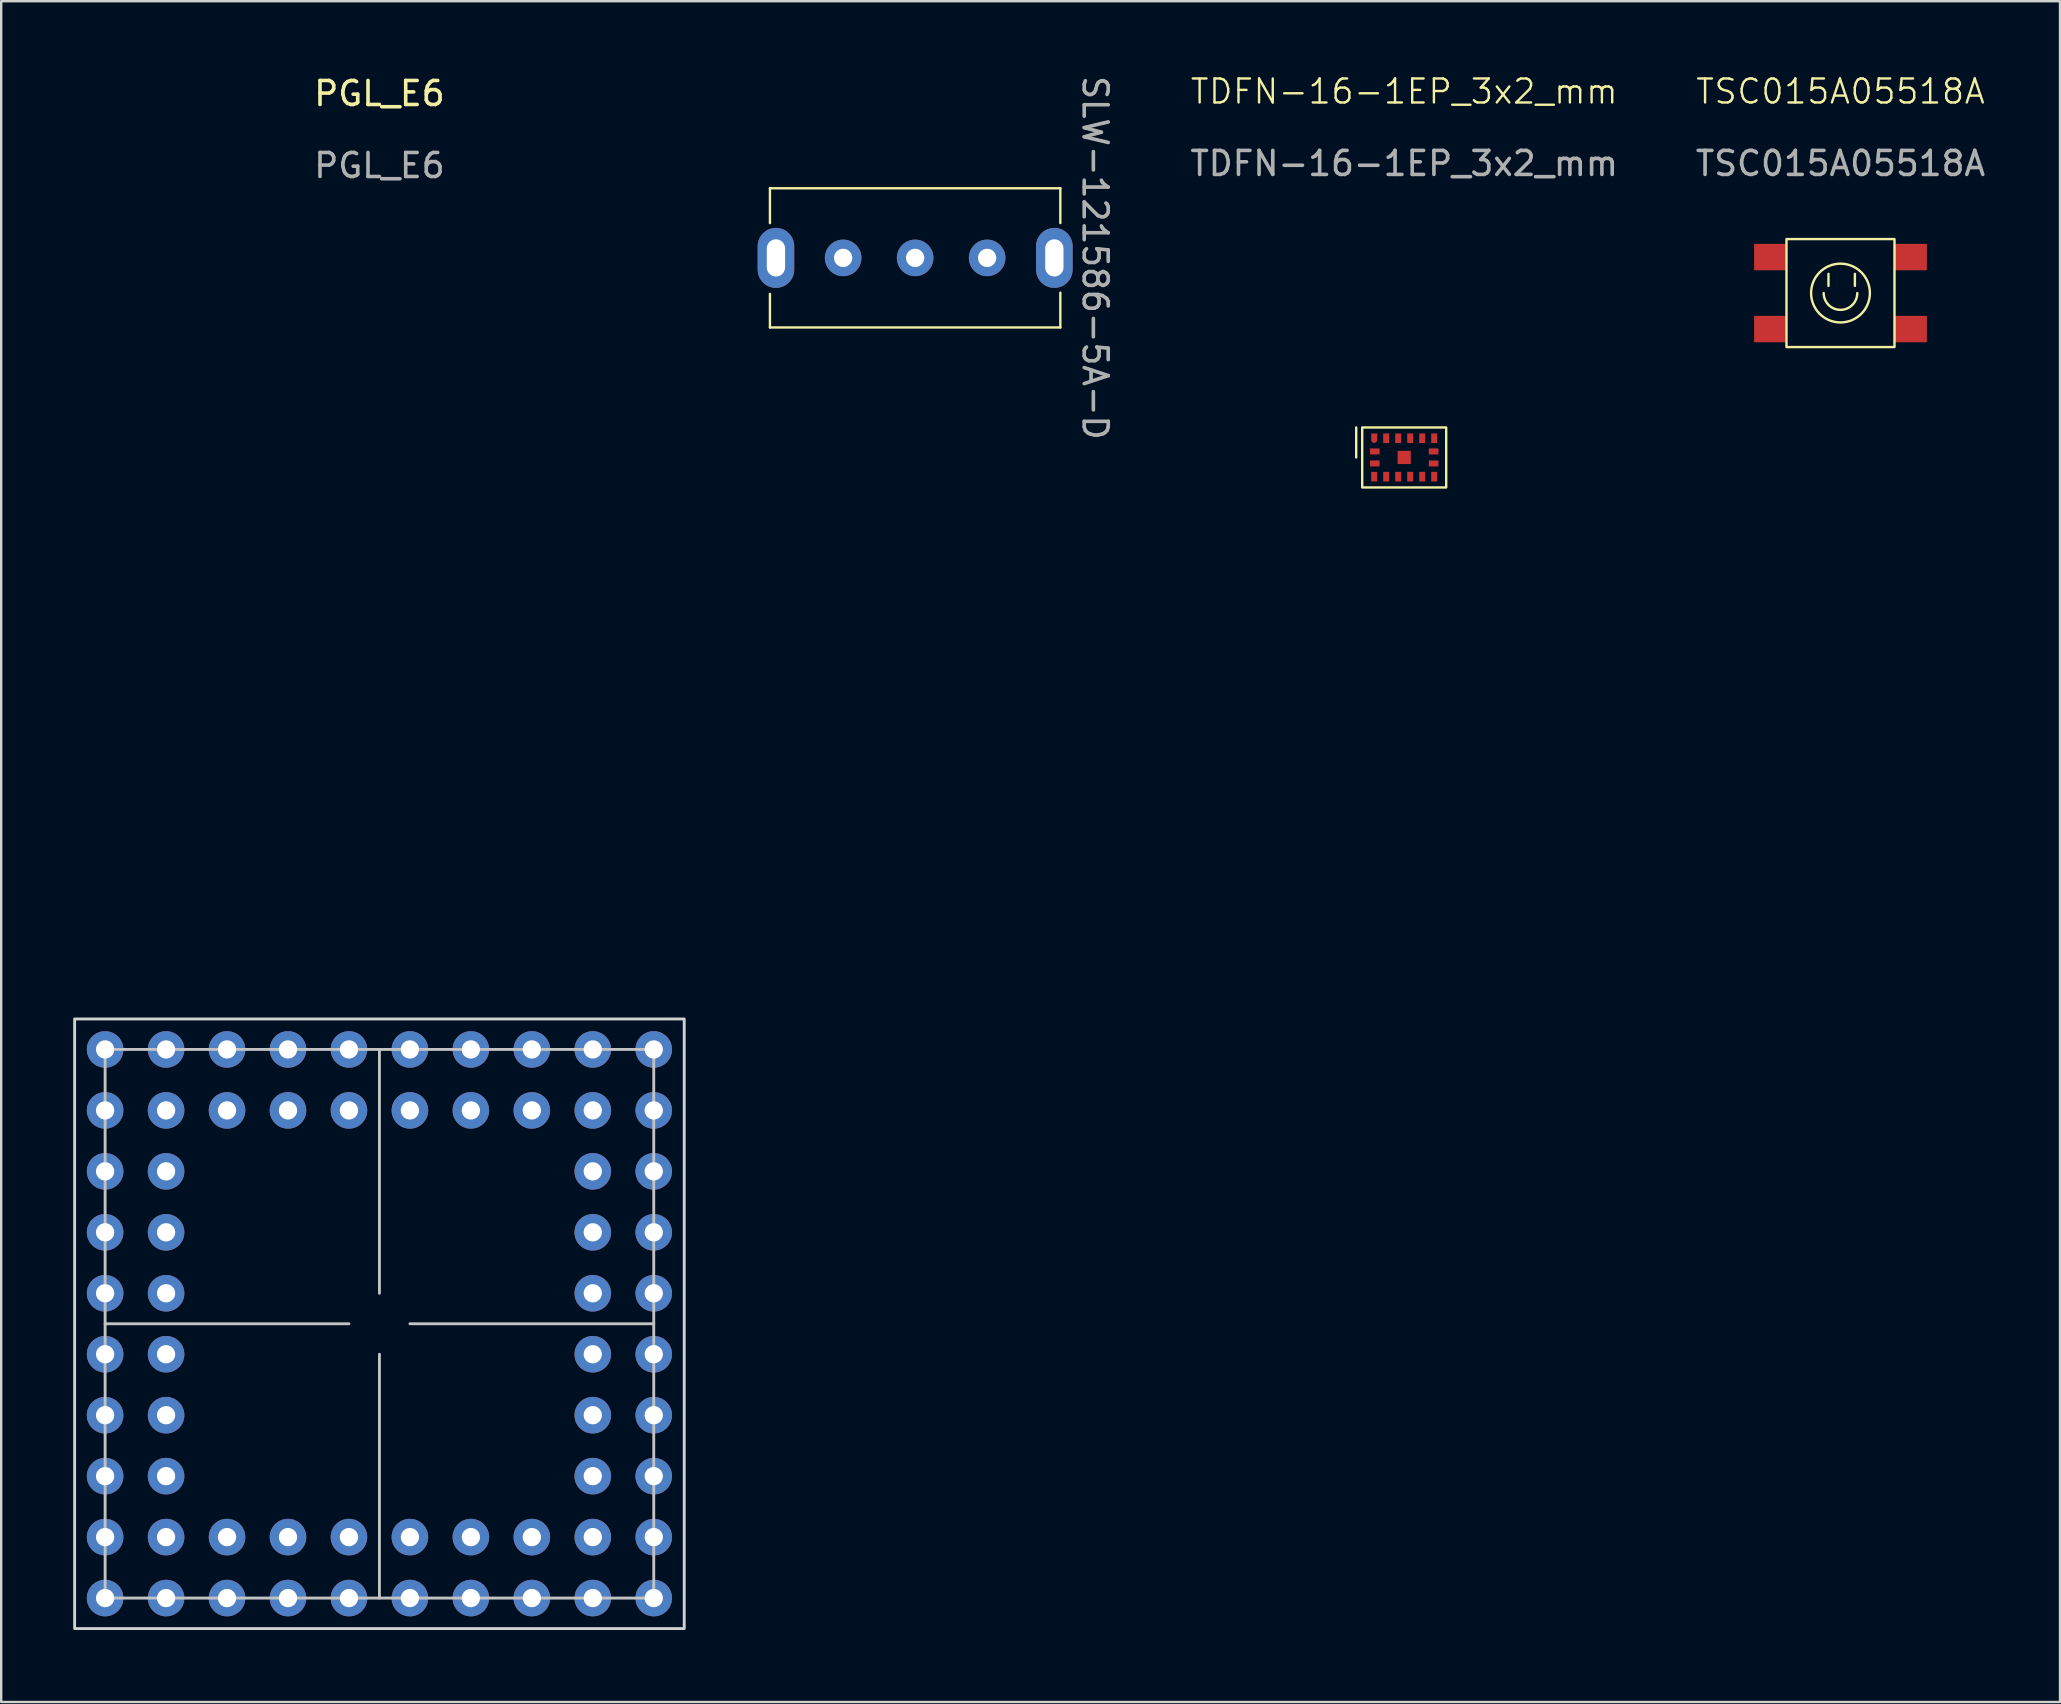
<source format=kicad_pcb>
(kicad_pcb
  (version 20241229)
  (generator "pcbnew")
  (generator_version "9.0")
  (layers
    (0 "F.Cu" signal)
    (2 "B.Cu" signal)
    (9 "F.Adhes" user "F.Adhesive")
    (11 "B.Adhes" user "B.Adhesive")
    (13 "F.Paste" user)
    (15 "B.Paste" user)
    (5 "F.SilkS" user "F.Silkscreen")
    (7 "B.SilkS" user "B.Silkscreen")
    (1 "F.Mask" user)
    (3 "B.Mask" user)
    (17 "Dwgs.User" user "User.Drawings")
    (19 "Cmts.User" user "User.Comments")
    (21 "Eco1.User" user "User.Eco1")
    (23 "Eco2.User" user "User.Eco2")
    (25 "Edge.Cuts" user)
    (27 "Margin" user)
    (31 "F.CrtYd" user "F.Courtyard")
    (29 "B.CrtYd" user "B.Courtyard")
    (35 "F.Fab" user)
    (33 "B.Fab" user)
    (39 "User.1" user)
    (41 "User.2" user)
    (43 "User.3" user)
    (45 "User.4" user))
  (footprint "PGL_E6"
    (layer "F.Cu")
    (at 12.76 52.108)
    (property "Reference" "PGL_E6" (at 0 -51.26 0) (unlocked yes) (layer "F.SilkS") (effects (font (size 1 1) (thickness 0.15))))
    (attr through_hole)
    (fp_line (start -1.27 0) (end -11.43 0) (stroke (width 0.12) (type default)) (layer "Dwgs.User"))
    (fp_line (start 0 -11.43) (end 0 -1.27) (stroke (width 0.12) (type default)) (layer "Dwgs.User"))
    (fp_line (start 0 1.27) (end 0 11.43) (stroke (width 0.12) (type default)) (layer "Dwgs.User"))
    (fp_line (start 1.27 0) (end 11.43 0) (stroke (width 0.12) (type default)) (layer "Dwgs.User"))
    (fp_rect (start -11.43 -11.43) (end 11.43 11.43) (stroke (width 0.12) (type default)) (fill no) (layer "Dwgs.User"))
    (fp_rect (start -12.7 -12.7) (end 12.7 12.7) (stroke (width 0.12) (type default)) (fill no) (layer "Edge.Cuts"))
    (fp_text user "${REFERENCE}" (at 0 -48.26 0) (unlocked yes) (layer "F.Fab") (effects (font (size 1 1) (thickness 0.15))))
    (pad "1A" thru_hole circle (at -11.43 -11.43) (size 1.524 1.524) (drill 0.762) (layers "*.Cu" "*.Mask"))
    (pad "1B" thru_hole circle (at -11.43 -8.89) (size 1.524 1.524) (drill 0.762) (layers "*.Cu" "*.Mask"))
    (pad "1C" thru_hole circle (at -11.43 -6.35) (size 1.524 1.524) (drill 0.762) (layers "*.Cu" "*.Mask"))
    (pad "1D" thru_hole circle (at -11.43 -3.81) (size 1.524 1.524) (drill 0.762) (layers "*.Cu" "*.Mask"))
    (pad "1E" thru_hole circle (at -11.43 -1.27) (size 1.524 1.524) (drill 0.762) (layers "*.Cu" "*.Mask"))
    (pad "1F" thru_hole circle (at -11.43 1.27) (size 1.524 1.524) (drill 0.762) (layers "*.Cu" "*.Mask"))
    (pad "1G" thru_hole circle (at -11.43 3.81) (size 1.524 1.524) (drill 0.762) (layers "*.Cu" "*.Mask"))
    (pad "1H" thru_hole circle (at -11.43 6.35) (size 1.524 1.524) (drill 0.762) (layers "*.Cu" "*.Mask"))
    (pad "1I" thru_hole circle (at -11.43 8.89) (size 1.524 1.524) (drill 0.762) (layers "*.Cu" "*.Mask"))
    (pad "1J" thru_hole circle (at -11.43 11.43) (size 1.524 1.524) (drill 0.762) (layers "*.Cu" "*.Mask"))
    (pad "2A" thru_hole circle (at -8.89 -11.43) (size 1.524 1.524) (drill 0.762) (layers "*.Cu" "*.Mask"))
    (pad "2B" thru_hole circle (at -8.89 -8.89) (size 1.524 1.524) (drill 0.762) (layers "*.Cu" "*.Mask"))
    (pad "2C" thru_hole circle (at -8.89 -6.35) (size 1.524 1.524) (drill 0.762) (layers "*.Cu" "*.Mask"))
    (pad "2D" thru_hole circle (at -8.89 -3.81) (size 1.524 1.524) (drill 0.762) (layers "*.Cu" "*.Mask"))
    (pad "2E" thru_hole circle (at -8.89 -1.27) (size 1.524 1.524) (drill 0.762) (layers "*.Cu" "*.Mask"))
    (pad "2F" thru_hole circle (at -8.89 1.27) (size 1.524 1.524) (drill 0.762) (layers "*.Cu" "*.Mask"))
    (pad "2G" thru_hole circle (at -8.89 3.81) (size 1.524 1.524) (drill 0.762) (layers "*.Cu" "*.Mask"))
    (pad "2H" thru_hole circle (at -8.89 6.35) (size 1.524 1.524) (drill 0.762) (layers "*.Cu" "*.Mask"))
    (pad "2I" thru_hole circle (at -8.89 8.89) (size 1.524 1.524) (drill 0.762) (layers "*.Cu" "*.Mask"))
    (pad "2J" thru_hole circle (at -8.89 11.43) (size 1.524 1.524) (drill 0.762) (layers "*.Cu" "*.Mask"))
    (pad "3A" thru_hole circle (at -6.35 -11.43) (size 1.524 1.524) (drill 0.762) (layers "*.Cu" "*.Mask"))
    (pad "3B" thru_hole circle (at -6.35 -8.89) (size 1.524 1.524) (drill 0.762) (layers "*.Cu" "*.Mask"))
    (pad "3I" thru_hole circle (at -6.35 8.89) (size 1.524 1.524) (drill 0.762) (layers "*.Cu" "*.Mask"))
    (pad "3J" thru_hole circle (at -6.35 11.43) (size 1.524 1.524) (drill 0.762) (layers "*.Cu" "*.Mask"))
    (pad "4A" thru_hole circle (at -3.81 -11.43) (size 1.524 1.524) (drill 0.762) (layers "*.Cu" "*.Mask"))
    (pad "4B" thru_hole circle (at -3.81 -8.89) (size 1.524 1.524) (drill 0.762) (layers "*.Cu" "*.Mask"))
    (pad "4I" thru_hole circle (at -3.81 8.89) (size 1.524 1.524) (drill 0.762) (layers "*.Cu" "*.Mask"))
    (pad "4J" thru_hole circle (at -3.81 11.43) (size 1.524 1.524) (drill 0.762) (layers "*.Cu" "*.Mask"))
    (pad "5A" thru_hole circle (at -1.27 -11.43) (size 1.524 1.524) (drill 0.762) (layers "*.Cu" "*.Mask"))
    (pad "5B" thru_hole circle (at -1.27 -8.89) (size 1.524 1.524) (drill 0.762) (layers "*.Cu" "*.Mask"))
    (pad "5I" thru_hole circle (at -1.27 8.89) (size 1.524 1.524) (drill 0.762) (layers "*.Cu" "*.Mask"))
    (pad "5J" thru_hole circle (at -1.27 11.43) (size 1.524 1.524) (drill 0.762) (layers "*.Cu" "*.Mask"))
    (pad "6A" thru_hole circle (at 1.27 -11.43) (size 1.524 1.524) (drill 0.762) (layers "*.Cu" "*.Mask"))
    (pad "6B" thru_hole circle (at 1.27 -8.89) (size 1.524 1.524) (drill 0.762) (layers "*.Cu" "*.Mask"))
    (pad "6I" thru_hole circle (at 1.27 8.89) (size 1.524 1.524) (drill 0.762) (layers "*.Cu" "*.Mask"))
    (pad "6J" thru_hole circle (at 1.27 11.43) (size 1.524 1.524) (drill 0.762) (layers "*.Cu" "*.Mask"))
    (pad "7A" thru_hole circle (at 3.81 -11.43) (size 1.524 1.524) (drill 0.762) (layers "*.Cu" "*.Mask"))
    (pad "7B" thru_hole circle (at 3.81 -8.89) (size 1.524 1.524) (drill 0.762) (layers "*.Cu" "*.Mask"))
    (pad "7I" thru_hole circle (at 3.81 8.89) (size 1.524 1.524) (drill 0.762) (layers "*.Cu" "*.Mask"))
    (pad "7J" thru_hole circle (at 3.81 11.43) (size 1.524 1.524) (drill 0.762) (layers "*.Cu" "*.Mask"))
    (pad "8A" thru_hole circle (at 6.35 -11.43) (size 1.524 1.524) (drill 0.762) (layers "*.Cu" "*.Mask"))
    (pad "8B" thru_hole circle (at 6.35 -8.89) (size 1.524 1.524) (drill 0.762) (layers "*.Cu" "*.Mask"))
    (pad "8I" thru_hole circle (at 6.35 8.89) (size 1.524 1.524) (drill 0.762) (layers "*.Cu" "*.Mask"))
    (pad "8J" thru_hole circle (at 6.35 11.43) (size 1.524 1.524) (drill 0.762) (layers "*.Cu" "*.Mask"))
    (pad "9A" thru_hole circle (at 8.89 -11.43) (size 1.524 1.524) (drill 0.762) (layers "*.Cu" "*.Mask"))
    (pad "9B" thru_hole circle (at 8.89 -8.89) (size 1.524 1.524) (drill 0.762) (layers "*.Cu" "*.Mask"))
    (pad "9C" thru_hole circle (at 8.89 -6.35) (size 1.524 1.524) (drill 0.762) (layers "*.Cu" "*.Mask"))
    (pad "9D" thru_hole circle (at 8.89 -3.81) (size 1.524 1.524) (drill 0.762) (layers "*.Cu" "*.Mask"))
    (pad "9E" thru_hole circle (at 8.89 -1.27) (size 1.524 1.524) (drill 0.762) (layers "*.Cu" "*.Mask"))
    (pad "9F" thru_hole circle (at 8.89 1.27) (size 1.524 1.524) (drill 0.762) (layers "*.Cu" "*.Mask"))
    (pad "9G" thru_hole circle (at 8.89 3.81) (size 1.524 1.524) (drill 0.762) (layers "*.Cu" "*.Mask"))
    (pad "9H" thru_hole circle (at 8.89 6.35) (size 1.524 1.524) (drill 0.762) (layers "*.Cu" "*.Mask"))
    (pad "9I" thru_hole circle (at 8.89 8.89) (size 1.524 1.524) (drill 0.762) (layers "*.Cu" "*.Mask"))
    (pad "9J" thru_hole circle (at 8.89 11.43) (size 1.524 1.524) (drill 0.762) (layers "*.Cu" "*.Mask"))
    (pad "10A" thru_hole circle (at 11.43 -11.43) (size 1.524 1.524) (drill 0.762) (layers "*.Cu" "*.Mask"))
    (pad "10B" thru_hole circle (at 11.43 -8.89) (size 1.524 1.524) (drill 0.762) (layers "*.Cu" "*.Mask"))
    (pad "10C" thru_hole circle (at 11.43 -6.35) (size 1.524 1.524) (drill 0.762) (layers "*.Cu" "*.Mask"))
    (pad "10D" thru_hole circle (at 11.43 -3.81) (size 1.524 1.524) (drill 0.762) (layers "*.Cu" "*.Mask"))
    (pad "10E" thru_hole circle (at 11.43 -1.27) (size 1.524 1.524) (drill 0.762) (layers "*.Cu" "*.Mask"))
    (pad "10F" thru_hole circle (at 11.43 1.27) (size 1.524 1.524) (drill 0.762) (layers "*.Cu" "*.Mask"))
    (pad "10G" thru_hole circle (at 11.43 3.81) (size 1.524 1.524) (drill 0.762) (layers "*.Cu" "*.Mask"))
    (pad "10H" thru_hole circle (at 11.43 6.35) (size 1.524 1.524) (drill 0.762) (layers "*.Cu" "*.Mask"))
    (pad "10I" thru_hole circle (at 11.43 8.89) (size 1.524 1.524) (drill 0.762) (layers "*.Cu" "*.Mask"))
    (pad "10J" thru_hole circle (at 11.43 11.43) (size 1.524 1.524) (drill 0.762) (layers "*.Cu" "*.Mask")))
  (footprint "TDFN-16-1EP_3x2_mm"
    (layer "F.Cu")
    (at 55.46 16.011)
    (property "Reference" "TDFN-16-1EP_3x2_mm" (at 0 -15.25 0) (unlocked yes) (layer "F.SilkS") (effects (font (size 1 1) (thickness 0.1))))
    (attr smd)
    (fp_rect (start -2 -1.25) (end -2 0) (stroke (width 0.1) (type default)) (fill no) (layer "F.SilkS"))
    (fp_rect (start -1.75 -1.25) (end 1.75 1.25) (stroke (width 0.1) (type default)) (fill no) (layer "F.SilkS"))
    (fp_text user "${REFERENCE}" (at 0 -12.25 0) (unlocked yes) (layer "F.Fab") (effects (font (size 1 1) (thickness 0.15))))
    (pad "1" smd custom (at -1.25 -0.865) (size 0.25 0.27) (layers "F.Cu" "F.Mask" "F.Paste") (options (anchor rect)) (primitives (gr_circle (center 0 0.135) (end 0.076 0.135) (width 0.1) (fill yes))))
    (pad "2" smd rect (at -0.75 -0.8) (size 0.25 0.4) (layers "F.Cu" "F.Mask" "F.Paste"))
    (pad "3" smd rect (at -0.25 -0.8) (size 0.25 0.4) (layers "F.Cu" "F.Mask" "F.Paste"))
    (pad "4" smd rect (at 0.25 -0.8) (size 0.25 0.4) (layers "F.Cu" "F.Mask" "F.Paste"))
    (pad "5" smd rect (at 0.75 -0.8) (size 0.25 0.4) (layers "F.Cu" "F.Mask" "F.Paste"))
    (pad "6" smd rect (at 1.25 -0.8) (size 0.25 0.4) (layers "F.Cu" "F.Mask" "F.Paste"))
    (pad "7" smd rect (at 1.225 -0.25 90) (size 0.25 0.4) (layers "F.Cu" "F.Mask" "F.Paste"))
    (pad "8" smd rect (at 1.225 0.25 90) (size 0.25 0.4) (layers "F.Cu" "F.Mask" "F.Paste"))
    (pad "9" smd rect (at 1.25 0.8) (size 0.25 0.4) (layers "F.Cu" "F.Mask" "F.Paste"))
    (pad "10" smd rect (at 0.75 0.8) (size 0.25 0.4) (layers "F.Cu" "F.Mask" "F.Paste"))
    (pad "11" smd rect (at 0.25 0.8) (size 0.25 0.4) (layers "F.Cu" "F.Mask" "F.Paste"))
    (pad "12" smd rect (at -0.25 0.8) (size 0.25 0.4) (layers "F.Cu" "F.Mask" "F.Paste"))
    (pad "13" smd rect (at -0.75 0.8) (size 0.25 0.4) (layers "F.Cu" "F.Mask" "F.Paste"))
    (pad "14" smd rect (at -1.25 0.8) (size 0.25 0.4) (layers "F.Cu" "F.Mask" "F.Paste"))
    (pad "15" smd rect (at -1.225 0.25 90) (size 0.25 0.4) (layers "F.Cu" "F.Mask" "F.Paste"))
    (pad "16" smd rect (at -1.225 -0.25 90) (size 0.25 0.4) (layers "F.Cu" "F.Mask" "F.Paste"))
    (pad "17" smd rect (at 0 0) (size 0.55 0.55) (layers "F.Cu" "F.Mask" "F.Paste")))
  (footprint "TSC015A05518A"
    (layer "F.Cu")
    (at 73.639 9.161)
    (property "Reference" "TSC015A05518A" (at 0 -8.4 0) (unlocked yes) (layer "F.SilkS") (effects (font (size 1 1) (thickness 0.1))))
    (attr smd)
    (fp_line (start -0.5 -0.8) (end -0.5 -0.3) (stroke (width 0.1) (type default)) (layer "F.SilkS"))
    (fp_line (start 0.6 -0.8) (end 0.6 -0.3) (stroke (width 0.1) (type default)) (layer "F.SilkS"))
    (fp_rect (start -2.25 -2.25) (end 2.25 2.25) (stroke (width 0.1) (type default)) (fill no) (layer "F.SilkS"))
    (fp_arc (start 0.7 0) (mid 0 0.7) (end -0.7 0) (stroke (width 0.1) (type default)) (layer "F.SilkS"))
    (fp_circle (center 0 0) (end 1.225 0) (stroke (width 0.1) (type default)) (fill no) (layer "F.SilkS"))
    (fp_text user "${REFERENCE}" (at 0 -5.4 0) (unlocked yes) (layer "F.Fab") (effects (font (size 1 1) (thickness 0.15))))
    (pad "1" smd rect (at -2.925 -1.5) (size 1.35 1.1) (layers "F.Cu" "F.Mask" "F.Paste"))
    (pad "1" smd rect (at 2.925 -1.5) (size 1.35 1.1) (layers "F.Cu" "F.Mask" "F.Paste"))
    (pad "2" smd rect (at -2.925 1.5) (size 1.35 1.1) (layers "F.Cu" "F.Mask" "F.Paste"))
    (pad "2" smd rect (at 2.925 1.5) (size 1.35 1.1) (layers "F.Cu" "F.Mask" "F.Paste")))
  (footprint "SLW-121586-5A-D"
    (layer "F.Cu")
    (at 35.082 7.696)
    (property "Reference" "SLW-121586-5A-D" (at 7.5 0 270) (unlocked yes) (layer "F.SilkS") (effects (font (size 1 1) (thickness 0.1))))
    (attr through_hole)
    (fp_line (start -6.05 -2.9) (end 6.05 -2.9) (stroke (width 0.1) (type default)) (layer "F.SilkS"))
    (fp_line (start -6.05 -1.45) (end -6.05 -2.9) (stroke (width 0.1) (type default)) (layer "F.SilkS"))
    (fp_line (start -6.05 2.9) (end -6.05 1.5) (stroke (width 0.1) (type default)) (layer "F.SilkS"))
    (fp_line (start 6.05 -1.45) (end 6.05 -2.9) (stroke (width 0.1) (type default)) (layer "F.SilkS"))
    (fp_line (start 6.05 2.9) (end -6.05 2.9) (stroke (width 0.1) (type default)) (layer "F.SilkS"))
    (fp_line (start 6.05 2.9) (end 6.05 1.45) (stroke (width 0.1) (type default)) (layer "F.SilkS"))
    (fp_text user "${REFERENCE}" (at 7.5 0 270) (unlocked yes) (layer "F.Fab") (effects (font (size 1 1) (thickness 0.15))))
    (pad "1" thru_hole circle (at -3 0) (size 1.524 1.524) (drill 0.762) (layers "*.Cu" "*.Mask"))
    (pad "2" thru_hole circle (at 0 0) (size 1.524 1.524) (drill 0.762) (layers "*.Cu" "*.Mask"))
    (pad "3" thru_hole circle (at 3 0) (size 1.524 1.524) (drill 0.762) (layers "*.Cu" "*.Mask"))
    (pad "4" thru_hole oval (at -5.8 0) (size 1.524 2.5) (drill oval 0.762 1.55) (layers "*.Cu" "*.Mask"))
    (pad "4" thru_hole oval (at 5.8 0) (size 1.524 2.5) (drill oval 0.762 1.55) (layers "*.Cu" "*.Mask")))
  (gr_rect
    (start -3 -3)
    (end 82.787 67.868)
    (stroke (width 0.1) (type default))
    (fill no)
    (layer "Edge.Cuts")))
</source>
